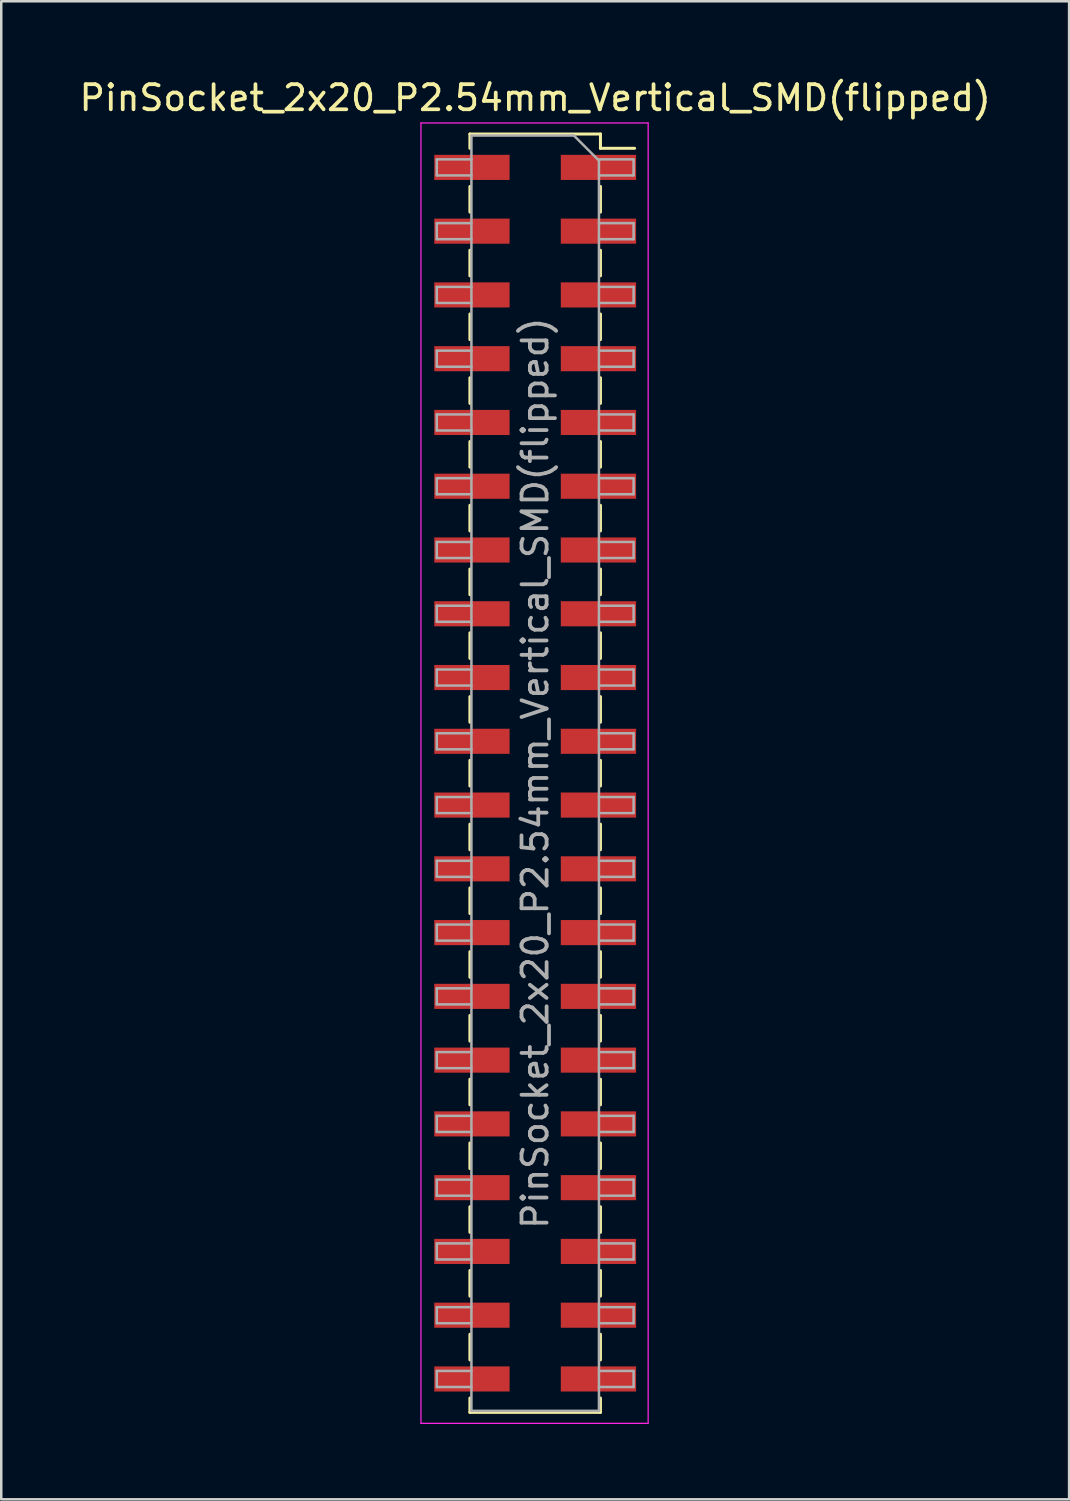
<source format=kicad_pcb>
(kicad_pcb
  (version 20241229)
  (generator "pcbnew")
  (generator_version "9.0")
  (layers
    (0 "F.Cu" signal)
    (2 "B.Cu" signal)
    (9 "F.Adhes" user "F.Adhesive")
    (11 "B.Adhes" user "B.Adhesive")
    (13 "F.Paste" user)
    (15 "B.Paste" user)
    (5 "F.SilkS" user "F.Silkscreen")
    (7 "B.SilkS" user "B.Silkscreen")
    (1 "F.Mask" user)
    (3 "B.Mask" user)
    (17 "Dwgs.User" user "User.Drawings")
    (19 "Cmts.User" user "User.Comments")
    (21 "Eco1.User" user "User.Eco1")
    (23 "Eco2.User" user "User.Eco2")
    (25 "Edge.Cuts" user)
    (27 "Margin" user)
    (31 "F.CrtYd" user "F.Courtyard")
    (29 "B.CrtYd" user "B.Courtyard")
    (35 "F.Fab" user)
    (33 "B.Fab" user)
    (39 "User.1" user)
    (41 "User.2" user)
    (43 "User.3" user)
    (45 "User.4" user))
  (footprint "PinSocket_2x20_P2.54mm_Vertical_SMD(flipped)"
    (layer "F.Cu")
    (at 18.268 27.748)
    (property "Reference" "PinSocket_2x20_P2.54mm_Vertical_SMD(flipped)" (at 0 -26.9 0) (layer "F.SilkS") (effects (font (size 1 1) (thickness 0.15))))
    (attr smd)
    (fp_line (start -2.6 -25.46) (end -2.6 -24.89) (stroke (width 0.12) (type solid)) (layer "F.SilkS"))
    (fp_line (start -2.6 -25.46) (end 2.6 -25.46) (stroke (width 0.12) (type solid)) (layer "F.SilkS"))
    (fp_line (start -2.6 -23.37) (end -2.6 -22.35) (stroke (width 0.12) (type solid)) (layer "F.SilkS"))
    (fp_line (start -2.6 -20.83) (end -2.6 -19.81) (stroke (width 0.12) (type solid)) (layer "F.SilkS"))
    (fp_line (start -2.6 -18.29) (end -2.6 -17.27) (stroke (width 0.12) (type solid)) (layer "F.SilkS"))
    (fp_line (start -2.6 -15.75) (end -2.6 -14.73) (stroke (width 0.12) (type solid)) (layer "F.SilkS"))
    (fp_line (start -2.6 -13.21) (end -2.6 -12.19) (stroke (width 0.12) (type solid)) (layer "F.SilkS"))
    (fp_line (start -2.6 -10.67) (end -2.6 -9.65) (stroke (width 0.12) (type solid)) (layer "F.SilkS"))
    (fp_line (start -2.6 -8.13) (end -2.6 -7.11) (stroke (width 0.12) (type solid)) (layer "F.SilkS"))
    (fp_line (start -2.6 -5.59) (end -2.6 -4.57) (stroke (width 0.12) (type solid)) (layer "F.SilkS"))
    (fp_line (start -2.6 -3.05) (end -2.6 -2.03) (stroke (width 0.12) (type solid)) (layer "F.SilkS"))
    (fp_line (start -2.6 -0.51) (end -2.6 0.51) (stroke (width 0.12) (type solid)) (layer "F.SilkS"))
    (fp_line (start -2.6 2.03) (end -2.6 3.05) (stroke (width 0.12) (type solid)) (layer "F.SilkS"))
    (fp_line (start -2.6 4.57) (end -2.6 5.59) (stroke (width 0.12) (type solid)) (layer "F.SilkS"))
    (fp_line (start -2.6 7.11) (end -2.6 8.13) (stroke (width 0.12) (type solid)) (layer "F.SilkS"))
    (fp_line (start -2.6 9.65) (end -2.6 10.67) (stroke (width 0.12) (type solid)) (layer "F.SilkS"))
    (fp_line (start -2.6 12.19) (end -2.6 13.21) (stroke (width 0.12) (type solid)) (layer "F.SilkS"))
    (fp_line (start -2.6 14.73) (end -2.6 15.75) (stroke (width 0.12) (type solid)) (layer "F.SilkS"))
    (fp_line (start -2.6 17.27) (end -2.6 18.29) (stroke (width 0.12) (type solid)) (layer "F.SilkS"))
    (fp_line (start -2.6 19.81) (end -2.6 20.83) (stroke (width 0.12) (type solid)) (layer "F.SilkS"))
    (fp_line (start -2.6 22.35) (end -2.6 23.37) (stroke (width 0.12) (type solid)) (layer "F.SilkS"))
    (fp_line (start -2.6 24.89) (end -2.6 25.46) (stroke (width 0.12) (type solid)) (layer "F.SilkS"))
    (fp_line (start -2.6 25.46) (end 2.6 25.46) (stroke (width 0.12) (type solid)) (layer "F.SilkS"))
    (fp_line (start 2.6 -25.46) (end 2.6 -24.89) (stroke (width 0.12) (type solid)) (layer "F.SilkS"))
    (fp_line (start 2.6 -24.89) (end 3.96 -24.89) (stroke (width 0.12) (type solid)) (layer "F.SilkS"))
    (fp_line (start 2.6 -23.37) (end 2.6 -22.35) (stroke (width 0.12) (type solid)) (layer "F.SilkS"))
    (fp_line (start 2.6 -20.83) (end 2.6 -19.81) (stroke (width 0.12) (type solid)) (layer "F.SilkS"))
    (fp_line (start 2.6 -18.29) (end 2.6 -17.27) (stroke (width 0.12) (type solid)) (layer "F.SilkS"))
    (fp_line (start 2.6 -15.75) (end 2.6 -14.73) (stroke (width 0.12) (type solid)) (layer "F.SilkS"))
    (fp_line (start 2.6 -13.21) (end 2.6 -12.19) (stroke (width 0.12) (type solid)) (layer "F.SilkS"))
    (fp_line (start 2.6 -10.67) (end 2.6 -9.65) (stroke (width 0.12) (type solid)) (layer "F.SilkS"))
    (fp_line (start 2.6 -8.13) (end 2.6 -7.11) (stroke (width 0.12) (type solid)) (layer "F.SilkS"))
    (fp_line (start 2.6 -5.59) (end 2.6 -4.57) (stroke (width 0.12) (type solid)) (layer "F.SilkS"))
    (fp_line (start 2.6 -3.05) (end 2.6 -2.03) (stroke (width 0.12) (type solid)) (layer "F.SilkS"))
    (fp_line (start 2.6 -0.51) (end 2.6 0.51) (stroke (width 0.12) (type solid)) (layer "F.SilkS"))
    (fp_line (start 2.6 2.03) (end 2.6 3.05) (stroke (width 0.12) (type solid)) (layer "F.SilkS"))
    (fp_line (start 2.6 4.57) (end 2.6 5.59) (stroke (width 0.12) (type solid)) (layer "F.SilkS"))
    (fp_line (start 2.6 7.11) (end 2.6 8.13) (stroke (width 0.12) (type solid)) (layer "F.SilkS"))
    (fp_line (start 2.6 9.65) (end 2.6 10.67) (stroke (width 0.12) (type solid)) (layer "F.SilkS"))
    (fp_line (start 2.6 12.19) (end 2.6 13.21) (stroke (width 0.12) (type solid)) (layer "F.SilkS"))
    (fp_line (start 2.6 14.73) (end 2.6 15.75) (stroke (width 0.12) (type solid)) (layer "F.SilkS"))
    (fp_line (start 2.6 17.27) (end 2.6 18.29) (stroke (width 0.12) (type solid)) (layer "F.SilkS"))
    (fp_line (start 2.6 19.81) (end 2.6 20.83) (stroke (width 0.12) (type solid)) (layer "F.SilkS"))
    (fp_line (start 2.6 22.35) (end 2.6 23.37) (stroke (width 0.12) (type solid)) (layer "F.SilkS"))
    (fp_line (start 2.6 24.89) (end 2.6 25.46) (stroke (width 0.12) (type solid)) (layer "F.SilkS"))
    (fp_line (start -4.55 -25.9) (end 4.5 -25.9) (stroke (width 0.05) (type solid)) (layer "F.CrtYd"))
    (fp_line (start -4.55 25.9) (end -4.55 -25.9) (stroke (width 0.05) (type solid)) (layer "F.CrtYd"))
    (fp_line (start 4.5 -25.9) (end 4.5 25.9) (stroke (width 0.05) (type solid)) (layer "F.CrtYd"))
    (fp_line (start 4.5 25.9) (end -4.55 25.9) (stroke (width 0.05) (type solid)) (layer "F.CrtYd"))
    (fp_line (start -3.92 -24.45) (end -2.54 -24.45) (stroke (width 0.1) (type solid)) (layer "F.Fab"))
    (fp_line (start -3.92 -23.81) (end -3.92 -24.45) (stroke (width 0.1) (type solid)) (layer "F.Fab"))
    (fp_line (start -3.92 -21.91) (end -2.54 -21.91) (stroke (width 0.1) (type solid)) (layer "F.Fab"))
    (fp_line (start -3.92 -21.27) (end -3.92 -21.91) (stroke (width 0.1) (type solid)) (layer "F.Fab"))
    (fp_line (start -3.92 -19.37) (end -2.54 -19.37) (stroke (width 0.1) (type solid)) (layer "F.Fab"))
    (fp_line (start -3.92 -18.73) (end -3.92 -19.37) (stroke (width 0.1) (type solid)) (layer "F.Fab"))
    (fp_line (start -3.92 -16.83) (end -2.54 -16.83) (stroke (width 0.1) (type solid)) (layer "F.Fab"))
    (fp_line (start -3.92 -16.19) (end -3.92 -16.83) (stroke (width 0.1) (type solid)) (layer "F.Fab"))
    (fp_line (start -3.92 -14.29) (end -2.54 -14.29) (stroke (width 0.1) (type solid)) (layer "F.Fab"))
    (fp_line (start -3.92 -13.65) (end -3.92 -14.29) (stroke (width 0.1) (type solid)) (layer "F.Fab"))
    (fp_line (start -3.92 -11.75) (end -2.54 -11.75) (stroke (width 0.1) (type solid)) (layer "F.Fab"))
    (fp_line (start -3.92 -11.11) (end -3.92 -11.75) (stroke (width 0.1) (type solid)) (layer "F.Fab"))
    (fp_line (start -3.92 -9.21) (end -2.54 -9.21) (stroke (width 0.1) (type solid)) (layer "F.Fab"))
    (fp_line (start -3.92 -8.57) (end -3.92 -9.21) (stroke (width 0.1) (type solid)) (layer "F.Fab"))
    (fp_line (start -3.92 -6.67) (end -2.54 -6.67) (stroke (width 0.1) (type solid)) (layer "F.Fab"))
    (fp_line (start -3.92 -6.03) (end -3.92 -6.67) (stroke (width 0.1) (type solid)) (layer "F.Fab"))
    (fp_line (start -3.92 -4.13) (end -2.54 -4.13) (stroke (width 0.1) (type solid)) (layer "F.Fab"))
    (fp_line (start -3.92 -3.49) (end -3.92 -4.13) (stroke (width 0.1) (type solid)) (layer "F.Fab"))
    (fp_line (start -3.92 -1.59) (end -2.54 -1.59) (stroke (width 0.1) (type solid)) (layer "F.Fab"))
    (fp_line (start -3.92 -0.95) (end -3.92 -1.59) (stroke (width 0.1) (type solid)) (layer "F.Fab"))
    (fp_line (start -3.92 0.95) (end -2.54 0.95) (stroke (width 0.1) (type solid)) (layer "F.Fab"))
    (fp_line (start -3.92 1.59) (end -3.92 0.95) (stroke (width 0.1) (type solid)) (layer "F.Fab"))
    (fp_line (start -3.92 3.49) (end -2.54 3.49) (stroke (width 0.1) (type solid)) (layer "F.Fab"))
    (fp_line (start -3.92 4.13) (end -3.92 3.49) (stroke (width 0.1) (type solid)) (layer "F.Fab"))
    (fp_line (start -3.92 6.03) (end -2.54 6.03) (stroke (width 0.1) (type solid)) (layer "F.Fab"))
    (fp_line (start -3.92 6.67) (end -3.92 6.03) (stroke (width 0.1) (type solid)) (layer "F.Fab"))
    (fp_line (start -3.92 8.57) (end -2.54 8.57) (stroke (width 0.1) (type solid)) (layer "F.Fab"))
    (fp_line (start -3.92 9.21) (end -3.92 8.57) (stroke (width 0.1) (type solid)) (layer "F.Fab"))
    (fp_line (start -3.92 11.11) (end -2.54 11.11) (stroke (width 0.1) (type solid)) (layer "F.Fab"))
    (fp_line (start -3.92 11.75) (end -3.92 11.11) (stroke (width 0.1) (type solid)) (layer "F.Fab"))
    (fp_line (start -3.92 13.65) (end -2.54 13.65) (stroke (width 0.1) (type solid)) (layer "F.Fab"))
    (fp_line (start -3.92 14.29) (end -3.92 13.65) (stroke (width 0.1) (type solid)) (layer "F.Fab"))
    (fp_line (start -3.92 16.19) (end -2.54 16.19) (stroke (width 0.1) (type solid)) (layer "F.Fab"))
    (fp_line (start -3.92 16.83) (end -3.92 16.19) (stroke (width 0.1) (type solid)) (layer "F.Fab"))
    (fp_line (start -3.92 18.73) (end -2.54 18.73) (stroke (width 0.1) (type solid)) (layer "F.Fab"))
    (fp_line (start -3.92 19.37) (end -3.92 18.73) (stroke (width 0.1) (type solid)) (layer "F.Fab"))
    (fp_line (start -3.92 21.27) (end -2.54 21.27) (stroke (width 0.1) (type solid)) (layer "F.Fab"))
    (fp_line (start -3.92 21.91) (end -3.92 21.27) (stroke (width 0.1) (type solid)) (layer "F.Fab"))
    (fp_line (start -3.92 23.81) (end -2.54 23.81) (stroke (width 0.1) (type solid)) (layer "F.Fab"))
    (fp_line (start -3.92 24.45) (end -3.92 23.81) (stroke (width 0.1) (type solid)) (layer "F.Fab"))
    (fp_line (start -2.54 -25.4) (end 1.54 -25.4) (stroke (width 0.1) (type solid)) (layer "F.Fab"))
    (fp_line (start -2.54 -23.81) (end -3.92 -23.81) (stroke (width 0.1) (type solid)) (layer "F.Fab"))
    (fp_line (start -2.54 -21.27) (end -3.92 -21.27) (stroke (width 0.1) (type solid)) (layer "F.Fab"))
    (fp_line (start -2.54 -18.73) (end -3.92 -18.73) (stroke (width 0.1) (type solid)) (layer "F.Fab"))
    (fp_line (start -2.54 -16.19) (end -3.92 -16.19) (stroke (width 0.1) (type solid)) (layer "F.Fab"))
    (fp_line (start -2.54 -13.65) (end -3.92 -13.65) (stroke (width 0.1) (type solid)) (layer "F.Fab"))
    (fp_line (start -2.54 -11.11) (end -3.92 -11.11) (stroke (width 0.1) (type solid)) (layer "F.Fab"))
    (fp_line (start -2.54 -8.57) (end -3.92 -8.57) (stroke (width 0.1) (type solid)) (layer "F.Fab"))
    (fp_line (start -2.54 -6.03) (end -3.92 -6.03) (stroke (width 0.1) (type solid)) (layer "F.Fab"))
    (fp_line (start -2.54 -3.49) (end -3.92 -3.49) (stroke (width 0.1) (type solid)) (layer "F.Fab"))
    (fp_line (start -2.54 -0.95) (end -3.92 -0.95) (stroke (width 0.1) (type solid)) (layer "F.Fab"))
    (fp_line (start -2.54 1.59) (end -3.92 1.59) (stroke (width 0.1) (type solid)) (layer "F.Fab"))
    (fp_line (start -2.54 4.13) (end -3.92 4.13) (stroke (width 0.1) (type solid)) (layer "F.Fab"))
    (fp_line (start -2.54 6.67) (end -3.92 6.67) (stroke (width 0.1) (type solid)) (layer "F.Fab"))
    (fp_line (start -2.54 9.21) (end -3.92 9.21) (stroke (width 0.1) (type solid)) (layer "F.Fab"))
    (fp_line (start -2.54 11.75) (end -3.92 11.75) (stroke (width 0.1) (type solid)) (layer "F.Fab"))
    (fp_line (start -2.54 14.29) (end -3.92 14.29) (stroke (width 0.1) (type solid)) (layer "F.Fab"))
    (fp_line (start -2.54 16.83) (end -3.92 16.83) (stroke (width 0.1) (type solid)) (layer "F.Fab"))
    (fp_line (start -2.54 19.37) (end -3.92 19.37) (stroke (width 0.1) (type solid)) (layer "F.Fab"))
    (fp_line (start -2.54 21.91) (end -3.92 21.91) (stroke (width 0.1) (type solid)) (layer "F.Fab"))
    (fp_line (start -2.54 24.45) (end -3.92 24.45) (stroke (width 0.1) (type solid)) (layer "F.Fab"))
    (fp_line (start -2.54 25.4) (end -2.54 -25.4) (stroke (width 0.1) (type solid)) (layer "F.Fab"))
    (fp_line (start 1.54 -25.4) (end 2.54 -24.4) (stroke (width 0.1) (type solid)) (layer "F.Fab"))
    (fp_line (start 2.54 -24.45) (end 3.92 -24.45) (stroke (width 0.1) (type solid)) (layer "F.Fab"))
    (fp_line (start 2.54 -24.4) (end 2.54 25.4) (stroke (width 0.1) (type solid)) (layer "F.Fab"))
    (fp_line (start 2.54 -21.91) (end 3.92 -21.91) (stroke (width 0.1) (type solid)) (layer "F.Fab"))
    (fp_line (start 2.54 -19.37) (end 3.92 -19.37) (stroke (width 0.1) (type solid)) (layer "F.Fab"))
    (fp_line (start 2.54 -16.83) (end 3.92 -16.83) (stroke (width 0.1) (type solid)) (layer "F.Fab"))
    (fp_line (start 2.54 -14.29) (end 3.92 -14.29) (stroke (width 0.1) (type solid)) (layer "F.Fab"))
    (fp_line (start 2.54 -11.75) (end 3.92 -11.75) (stroke (width 0.1) (type solid)) (layer "F.Fab"))
    (fp_line (start 2.54 -9.21) (end 3.92 -9.21) (stroke (width 0.1) (type solid)) (layer "F.Fab"))
    (fp_line (start 2.54 -6.67) (end 3.92 -6.67) (stroke (width 0.1) (type solid)) (layer "F.Fab"))
    (fp_line (start 2.54 -4.13) (end 3.92 -4.13) (stroke (width 0.1) (type solid)) (layer "F.Fab"))
    (fp_line (start 2.54 -1.59) (end 3.92 -1.59) (stroke (width 0.1) (type solid)) (layer "F.Fab"))
    (fp_line (start 2.54 0.95) (end 3.92 0.95) (stroke (width 0.1) (type solid)) (layer "F.Fab"))
    (fp_line (start 2.54 3.49) (end 3.92 3.49) (stroke (width 0.1) (type solid)) (layer "F.Fab"))
    (fp_line (start 2.54 6.03) (end 3.92 6.03) (stroke (width 0.1) (type solid)) (layer "F.Fab"))
    (fp_line (start 2.54 8.57) (end 3.92 8.57) (stroke (width 0.1) (type solid)) (layer "F.Fab"))
    (fp_line (start 2.54 11.11) (end 3.92 11.11) (stroke (width 0.1) (type solid)) (layer "F.Fab"))
    (fp_line (start 2.54 13.65) (end 3.92 13.65) (stroke (width 0.1) (type solid)) (layer "F.Fab"))
    (fp_line (start 2.54 16.19) (end 3.92 16.19) (stroke (width 0.1) (type solid)) (layer "F.Fab"))
    (fp_line (start 2.54 18.73) (end 3.92 18.73) (stroke (width 0.1) (type solid)) (layer "F.Fab"))
    (fp_line (start 2.54 21.27) (end 3.92 21.27) (stroke (width 0.1) (type solid)) (layer "F.Fab"))
    (fp_line (start 2.54 23.81) (end 3.92 23.81) (stroke (width 0.1) (type solid)) (layer "F.Fab"))
    (fp_line (start 2.54 25.4) (end -2.54 25.4) (stroke (width 0.1) (type solid)) (layer "F.Fab"))
    (fp_line (start 3.92 -24.45) (end 3.92 -23.81) (stroke (width 0.1) (type solid)) (layer "F.Fab"))
    (fp_line (start 3.92 -23.81) (end 2.54 -23.81) (stroke (width 0.1) (type solid)) (layer "F.Fab"))
    (fp_line (start 3.92 -21.91) (end 3.92 -21.27) (stroke (width 0.1) (type solid)) (layer "F.Fab"))
    (fp_line (start 3.92 -21.27) (end 2.54 -21.27) (stroke (width 0.1) (type solid)) (layer "F.Fab"))
    (fp_line (start 3.92 -19.37) (end 3.92 -18.73) (stroke (width 0.1) (type solid)) (layer "F.Fab"))
    (fp_line (start 3.92 -18.73) (end 2.54 -18.73) (stroke (width 0.1) (type solid)) (layer "F.Fab"))
    (fp_line (start 3.92 -16.83) (end 3.92 -16.19) (stroke (width 0.1) (type solid)) (layer "F.Fab"))
    (fp_line (start 3.92 -16.19) (end 2.54 -16.19) (stroke (width 0.1) (type solid)) (layer "F.Fab"))
    (fp_line (start 3.92 -14.29) (end 3.92 -13.65) (stroke (width 0.1) (type solid)) (layer "F.Fab"))
    (fp_line (start 3.92 -13.65) (end 2.54 -13.65) (stroke (width 0.1) (type solid)) (layer "F.Fab"))
    (fp_line (start 3.92 -11.75) (end 3.92 -11.11) (stroke (width 0.1) (type solid)) (layer "F.Fab"))
    (fp_line (start 3.92 -11.11) (end 2.54 -11.11) (stroke (width 0.1) (type solid)) (layer "F.Fab"))
    (fp_line (start 3.92 -9.21) (end 3.92 -8.57) (stroke (width 0.1) (type solid)) (layer "F.Fab"))
    (fp_line (start 3.92 -8.57) (end 2.54 -8.57) (stroke (width 0.1) (type solid)) (layer "F.Fab"))
    (fp_line (start 3.92 -6.67) (end 3.92 -6.03) (stroke (width 0.1) (type solid)) (layer "F.Fab"))
    (fp_line (start 3.92 -6.03) (end 2.54 -6.03) (stroke (width 0.1) (type solid)) (layer "F.Fab"))
    (fp_line (start 3.92 -4.13) (end 3.92 -3.49) (stroke (width 0.1) (type solid)) (layer "F.Fab"))
    (fp_line (start 3.92 -3.49) (end 2.54 -3.49) (stroke (width 0.1) (type solid)) (layer "F.Fab"))
    (fp_line (start 3.92 -1.59) (end 3.92 -0.95) (stroke (width 0.1) (type solid)) (layer "F.Fab"))
    (fp_line (start 3.92 -0.95) (end 2.54 -0.95) (stroke (width 0.1) (type solid)) (layer "F.Fab"))
    (fp_line (start 3.92 0.95) (end 3.92 1.59) (stroke (width 0.1) (type solid)) (layer "F.Fab"))
    (fp_line (start 3.92 1.59) (end 2.54 1.59) (stroke (width 0.1) (type solid)) (layer "F.Fab"))
    (fp_line (start 3.92 3.49) (end 3.92 4.13) (stroke (width 0.1) (type solid)) (layer "F.Fab"))
    (fp_line (start 3.92 4.13) (end 2.54 4.13) (stroke (width 0.1) (type solid)) (layer "F.Fab"))
    (fp_line (start 3.92 6.03) (end 3.92 6.67) (stroke (width 0.1) (type solid)) (layer "F.Fab"))
    (fp_line (start 3.92 6.67) (end 2.54 6.67) (stroke (width 0.1) (type solid)) (layer "F.Fab"))
    (fp_line (start 3.92 8.57) (end 3.92 9.21) (stroke (width 0.1) (type solid)) (layer "F.Fab"))
    (fp_line (start 3.92 9.21) (end 2.54 9.21) (stroke (width 0.1) (type solid)) (layer "F.Fab"))
    (fp_line (start 3.92 11.11) (end 3.92 11.75) (stroke (width 0.1) (type solid)) (layer "F.Fab"))
    (fp_line (start 3.92 11.75) (end 2.54 11.75) (stroke (width 0.1) (type solid)) (layer "F.Fab"))
    (fp_line (start 3.92 13.65) (end 3.92 14.29) (stroke (width 0.1) (type solid)) (layer "F.Fab"))
    (fp_line (start 3.92 14.29) (end 2.54 14.29) (stroke (width 0.1) (type solid)) (layer "F.Fab"))
    (fp_line (start 3.92 16.19) (end 3.92 16.83) (stroke (width 0.1) (type solid)) (layer "F.Fab"))
    (fp_line (start 3.92 16.83) (end 2.54 16.83) (stroke (width 0.1) (type solid)) (layer "F.Fab"))
    (fp_line (start 3.92 18.73) (end 3.92 19.37) (stroke (width 0.1) (type solid)) (layer "F.Fab"))
    (fp_line (start 3.92 19.37) (end 2.54 19.37) (stroke (width 0.1) (type solid)) (layer "F.Fab"))
    (fp_line (start 3.92 21.27) (end 3.92 21.91) (stroke (width 0.1) (type solid)) (layer "F.Fab"))
    (fp_line (start 3.92 21.91) (end 2.54 21.91) (stroke (width 0.1) (type solid)) (layer "F.Fab"))
    (fp_line (start 3.92 23.81) (end 3.92 24.45) (stroke (width 0.1) (type solid)) (layer "F.Fab"))
    (fp_line (start 3.92 24.45) (end 2.54 24.45) (stroke (width 0.1) (type solid)) (layer "F.Fab"))
    (fp_text user "${REFERENCE}" (at 0 0 90) (layer "F.Fab") (effects (font (size 1 1) (thickness 0.15))))
    (pad "1" smd rect (at -2.52 24.13) (size 3 1) (layers "F.Cu" "F.Mask" "F.Paste"))
    (pad "2" smd rect (at 2.52 24.13) (size 3 1) (layers "F.Cu" "F.Mask" "F.Paste"))
    (pad "3" smd rect (at -2.52 21.59) (size 3 1) (layers "F.Cu" "F.Mask" "F.Paste"))
    (pad "4" smd rect (at 2.52 21.59) (size 3 1) (layers "F.Cu" "F.Mask" "F.Paste"))
    (pad "5" smd rect (at -2.52 19.05) (size 3 1) (layers "F.Cu" "F.Mask" "F.Paste"))
    (pad "6" smd rect (at 2.52 19.05) (size 3 1) (layers "F.Cu" "F.Mask" "F.Paste"))
    (pad "7" smd rect (at -2.52 16.51) (size 3 1) (layers "F.Cu" "F.Mask" "F.Paste"))
    (pad "8" smd rect (at 2.52 16.51) (size 3 1) (layers "F.Cu" "F.Mask" "F.Paste"))
    (pad "9" smd rect (at -2.52 13.97) (size 3 1) (layers "F.Cu" "F.Mask" "F.Paste"))
    (pad "10" smd rect (at 2.52 13.97) (size 3 1) (layers "F.Cu" "F.Mask" "F.Paste"))
    (pad "11" smd rect (at -2.52 11.43) (size 3 1) (layers "F.Cu" "F.Mask" "F.Paste"))
    (pad "12" smd rect (at 2.52 11.43) (size 3 1) (layers "F.Cu" "F.Mask" "F.Paste"))
    (pad "13" smd rect (at -2.52 8.89) (size 3 1) (layers "F.Cu" "F.Mask" "F.Paste"))
    (pad "14" smd rect (at 2.52 8.89) (size 3 1) (layers "F.Cu" "F.Mask" "F.Paste"))
    (pad "15" smd rect (at -2.52 6.35) (size 3 1) (layers "F.Cu" "F.Mask" "F.Paste"))
    (pad "16" smd rect (at 2.52 6.35) (size 3 1) (layers "F.Cu" "F.Mask" "F.Paste"))
    (pad "17" smd rect (at -2.52 3.81) (size 3 1) (layers "F.Cu" "F.Mask" "F.Paste"))
    (pad "18" smd rect (at 2.52 3.81) (size 3 1) (layers "F.Cu" "F.Mask" "F.Paste"))
    (pad "19" smd rect (at -2.52 1.27) (size 3 1) (layers "F.Cu" "F.Mask" "F.Paste"))
    (pad "20" smd rect (at 2.52 1.27) (size 3 1) (layers "F.Cu" "F.Mask" "F.Paste"))
    (pad "21" smd rect (at -2.52 -1.27) (size 3 1) (layers "F.Cu" "F.Mask" "F.Paste"))
    (pad "22" smd rect (at 2.52 -1.27) (size 3 1) (layers "F.Cu" "F.Mask" "F.Paste"))
    (pad "23" smd rect (at -2.52 -3.81) (size 3 1) (layers "F.Cu" "F.Mask" "F.Paste"))
    (pad "24" smd rect (at 2.52 -3.81) (size 3 1) (layers "F.Cu" "F.Mask" "F.Paste"))
    (pad "25" smd rect (at -2.52 -6.35) (size 3 1) (layers "F.Cu" "F.Mask" "F.Paste"))
    (pad "26" smd rect (at 2.52 -6.35) (size 3 1) (layers "F.Cu" "F.Mask" "F.Paste"))
    (pad "27" smd rect (at -2.52 -8.89) (size 3 1) (layers "F.Cu" "F.Mask" "F.Paste"))
    (pad "28" smd rect (at 2.52 -8.89) (size 3 1) (layers "F.Cu" "F.Mask" "F.Paste"))
    (pad "29" smd rect (at -2.52 -11.43) (size 3 1) (layers "F.Cu" "F.Mask" "F.Paste"))
    (pad "30" smd rect (at 2.52 -11.43) (size 3 1) (layers "F.Cu" "F.Mask" "F.Paste"))
    (pad "31" smd rect (at -2.52 -13.97) (size 3 1) (layers "F.Cu" "F.Mask" "F.Paste"))
    (pad "32" smd rect (at 2.52 -13.97) (size 3 1) (layers "F.Cu" "F.Mask" "F.Paste"))
    (pad "33" smd rect (at -2.52 -16.51) (size 3 1) (layers "F.Cu" "F.Mask" "F.Paste"))
    (pad "34" smd rect (at 2.52 -16.51) (size 3 1) (layers "F.Cu" "F.Mask" "F.Paste"))
    (pad "35" smd rect (at -2.52 -19.05) (size 3 1) (layers "F.Cu" "F.Mask" "F.Paste"))
    (pad "36" smd rect (at 2.52 -19.05) (size 3 1) (layers "F.Cu" "F.Mask" "F.Paste"))
    (pad "37" smd rect (at -2.52 -21.59) (size 3 1) (layers "F.Cu" "F.Mask" "F.Paste"))
    (pad "38" smd rect (at 2.52 -21.59) (size 3 1) (layers "F.Cu" "F.Mask" "F.Paste"))
    (pad "39" smd rect (at -2.52 -24.13) (size 3 1) (layers "F.Cu" "F.Mask" "F.Paste"))
    (pad "40" smd rect (at 2.52 -24.13) (size 3 1) (layers "F.Cu" "F.Mask" "F.Paste")))
  (gr_rect
    (start -3 -3)
    (end 39.536 56.673)
    (stroke (width 0.1) (type default))
    (fill no)
    (layer "Edge.Cuts")))
</source>
